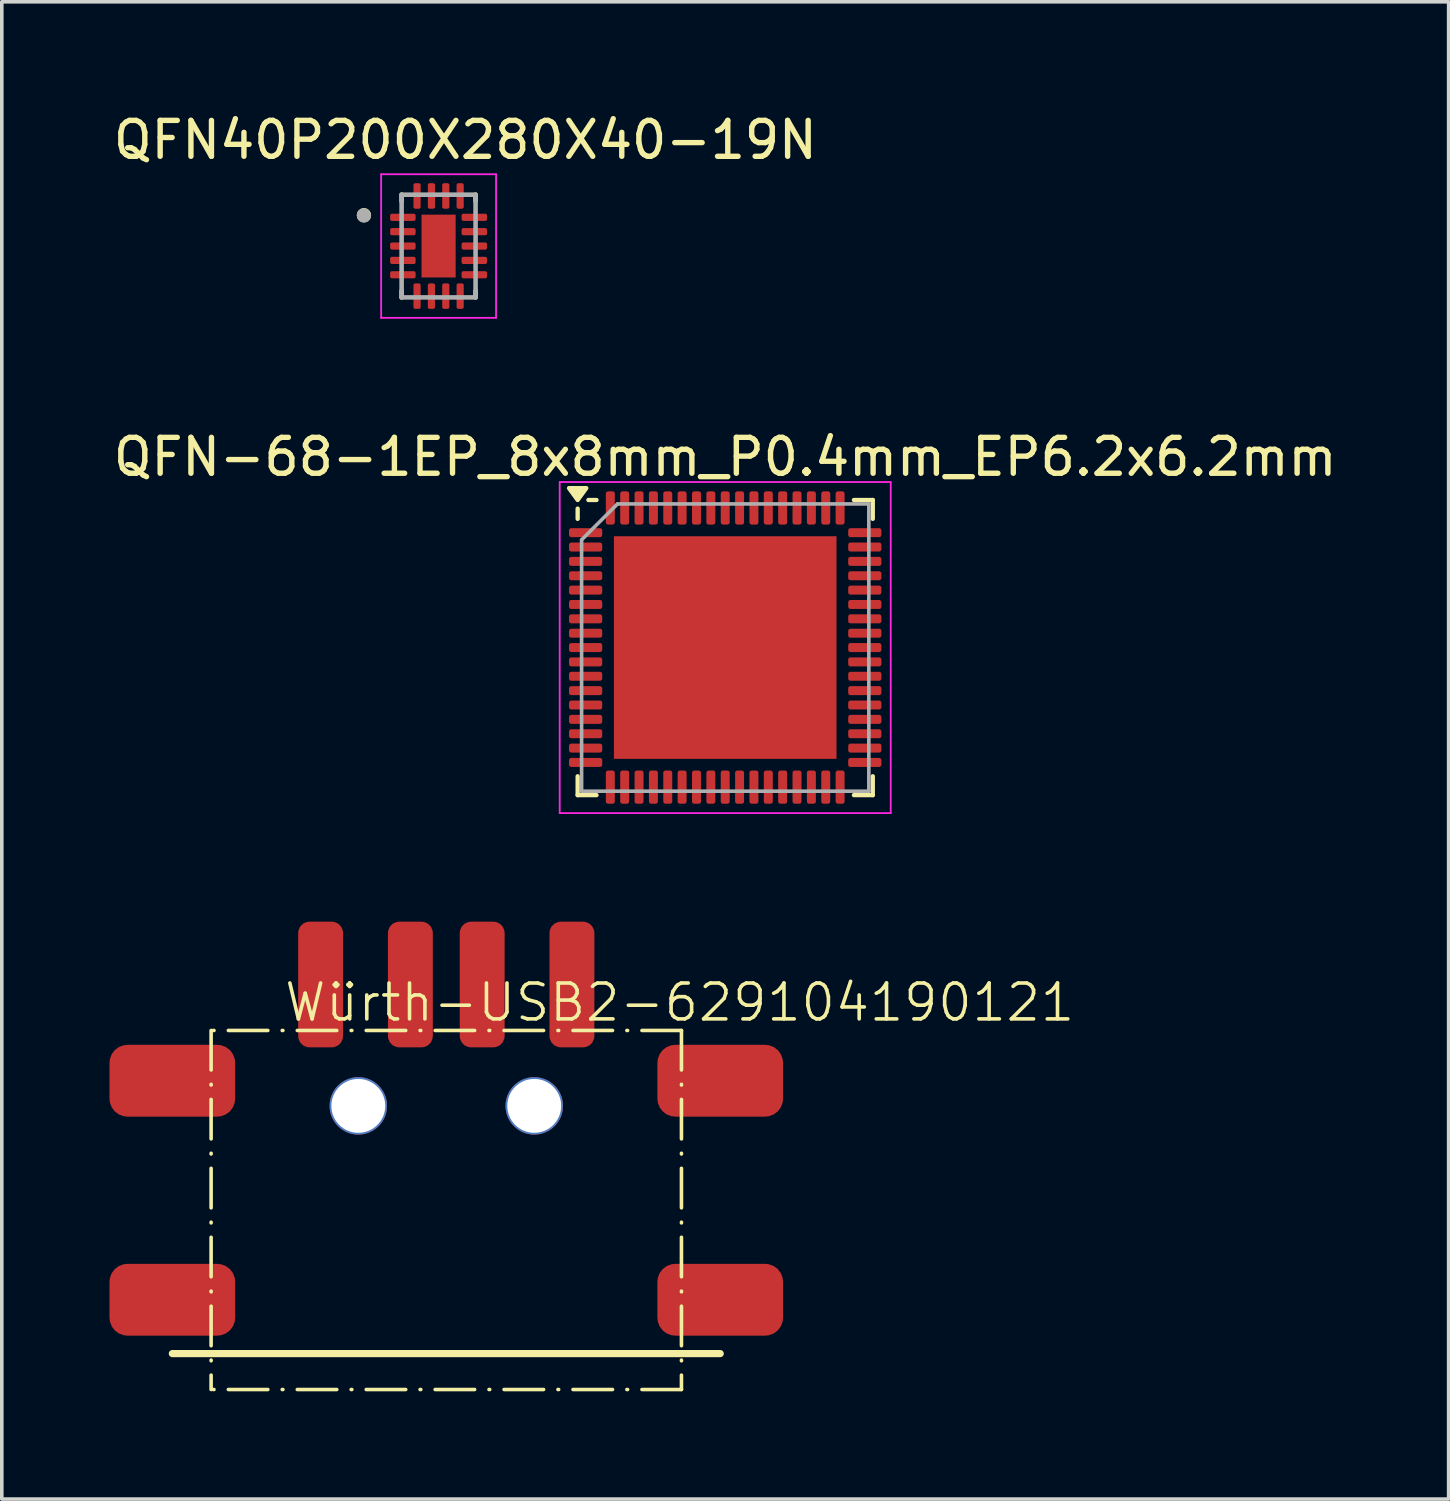
<source format=kicad_pcb>
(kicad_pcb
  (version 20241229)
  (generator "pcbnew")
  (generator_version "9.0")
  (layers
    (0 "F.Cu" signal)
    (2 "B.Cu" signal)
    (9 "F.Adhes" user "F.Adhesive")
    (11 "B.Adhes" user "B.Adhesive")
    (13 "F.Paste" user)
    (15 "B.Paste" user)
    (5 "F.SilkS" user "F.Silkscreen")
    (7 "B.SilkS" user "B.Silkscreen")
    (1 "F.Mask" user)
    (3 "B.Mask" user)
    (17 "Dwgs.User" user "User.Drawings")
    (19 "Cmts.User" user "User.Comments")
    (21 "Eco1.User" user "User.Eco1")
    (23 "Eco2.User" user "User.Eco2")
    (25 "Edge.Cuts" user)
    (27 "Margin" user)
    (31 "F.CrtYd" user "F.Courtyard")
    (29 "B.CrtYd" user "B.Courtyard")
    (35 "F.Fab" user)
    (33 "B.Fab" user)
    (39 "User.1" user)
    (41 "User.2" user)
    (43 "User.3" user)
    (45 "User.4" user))
  (footprint "QFN40P200X280X40-19N"
    (layer "F.Cu")
    (at 9.166 3.803)
    (property "Reference" "QFN40P200X280X40-19N" (at 0.745 -2.955 0) (layer "F.SilkS") (effects (font (size 1 1) (thickness 0.15))))
    (attr smd)
    (fp_line (start -1.03 -1.43) (end -1.03 -1.25) (stroke (width 0.127) (type solid)) (layer "F.SilkS"))
    (fp_line (start -1.03 1.43) (end -1.03 1.25) (stroke (width 0.127) (type solid)) (layer "F.SilkS"))
    (fp_line (start 1.03 -1.43) (end 1.03 -1.25) (stroke (width 0.127) (type solid)) (layer "F.SilkS"))
    (fp_line (start 1.03 1.43) (end 1.03 1.25) (stroke (width 0.127) (type solid)) (layer "F.SilkS"))
    (fp_circle (center -2.08 -0.86) (end -1.98 -0.86) (stroke (width 0.2) (type solid)) (fill no) (layer "F.SilkS"))
    (fp_poly (pts (xy -0.3 -0.66) (xy 0.3 -0.66) (xy 0.3 -0.06) (xy -0.3 -0.06)) (stroke (width 0.01) (type solid)) (fill yes) (layer "F.Paste"))
    (fp_poly (pts (xy -0.3 0.06) (xy 0.3 0.06) (xy 0.3 0.66) (xy -0.3 0.66)) (stroke (width 0.01) (type solid)) (fill yes) (layer "F.Paste"))
    (fp_line (start -1.6 -2) (end -1.6 2) (stroke (width 0.05) (type solid)) (layer "F.CrtYd"))
    (fp_line (start -1.6 2) (end 1.6 2) (stroke (width 0.05) (type solid)) (layer "F.CrtYd"))
    (fp_line (start 1.6 -2) (end -1.6 -2) (stroke (width 0.05) (type solid)) (layer "F.CrtYd"))
    (fp_line (start 1.6 2) (end 1.6 -2) (stroke (width 0.05) (type solid)) (layer "F.CrtYd"))
    (fp_line (start -1.03 -1.43) (end -1.03 1.43) (stroke (width 0.127) (type solid)) (layer "F.Fab"))
    (fp_line (start -1.03 1.43) (end 1.03 1.43) (stroke (width 0.127) (type solid)) (layer "F.Fab"))
    (fp_line (start 1.03 -1.43) (end -1.03 -1.43) (stroke (width 0.127) (type solid)) (layer "F.Fab"))
    (fp_line (start 1.03 1.43) (end 1.03 -1.43) (stroke (width 0.127) (type solid)) (layer "F.Fab"))
    (fp_circle (center -2.08 -0.85) (end -1.98 -0.85) (stroke (width 0.2) (type solid)) (fill no) (layer "F.Fab"))
    (pad "1" smd roundrect (at -0.995 -0.8) (size 0.71 0.2) (layers "F.Cu" "F.Mask" "F.Paste") (roundrect_rratio 0.25))
    (pad "2" smd roundrect (at -0.995 -0.4) (size 0.71 0.2) (layers "F.Cu" "F.Mask" "F.Paste") (roundrect_rratio 0.25))
    (pad "3" smd roundrect (at -0.995 0) (size 0.71 0.2) (layers "F.Cu" "F.Mask" "F.Paste") (roundrect_rratio 0.25))
    (pad "4" smd roundrect (at -0.995 0.4) (size 0.71 0.2) (layers "F.Cu" "F.Mask" "F.Paste") (roundrect_rratio 0.25))
    (pad "5" smd roundrect (at -0.995 0.8) (size 0.71 0.2) (layers "F.Cu" "F.Mask" "F.Paste") (roundrect_rratio 0.25))
    (pad "6" smd roundrect (at -0.6 1.395) (size 0.2 0.71) (layers "F.Cu" "F.Mask" "F.Paste") (roundrect_rratio 0.25))
    (pad "7" smd roundrect (at -0.2 1.395) (size 0.2 0.71) (layers "F.Cu" "F.Mask" "F.Paste") (roundrect_rratio 0.25))
    (pad "8" smd roundrect (at 0.2 1.395) (size 0.2 0.71) (layers "F.Cu" "F.Mask" "F.Paste") (roundrect_rratio 0.25))
    (pad "9" smd roundrect (at 0.6 1.395) (size 0.2 0.71) (layers "F.Cu" "F.Mask" "F.Paste") (roundrect_rratio 0.25))
    (pad "10" smd roundrect (at 0.995 0.8) (size 0.71 0.2) (layers "F.Cu" "F.Mask" "F.Paste") (roundrect_rratio 0.25))
    (pad "11" smd roundrect (at 0.995 0.4) (size 0.71 0.2) (layers "F.Cu" "F.Mask" "F.Paste") (roundrect_rratio 0.25))
    (pad "12" smd roundrect (at 0.995 0) (size 0.71 0.2) (layers "F.Cu" "F.Mask" "F.Paste") (roundrect_rratio 0.25))
    (pad "13" smd roundrect (at 0.995 -0.4) (size 0.71 0.2) (layers "F.Cu" "F.Mask" "F.Paste") (roundrect_rratio 0.25))
    (pad "14" smd roundrect (at 0.995 -0.8) (size 0.71 0.2) (layers "F.Cu" "F.Mask" "F.Paste") (roundrect_rratio 0.25))
    (pad "15" smd roundrect (at 0.6 -1.395) (size 0.2 0.71) (layers "F.Cu" "F.Mask" "F.Paste") (roundrect_rratio 0.25))
    (pad "16" smd roundrect (at 0.2 -1.395) (size 0.2 0.71) (layers "F.Cu" "F.Mask" "F.Paste") (roundrect_rratio 0.25))
    (pad "17" smd roundrect (at -0.2 -1.395) (size 0.2 0.71) (layers "F.Cu" "F.Mask" "F.Paste") (roundrect_rratio 0.25))
    (pad "18" smd roundrect (at -0.6 -1.395) (size 0.2 0.71) (layers "F.Cu" "F.Mask" "F.Paste") (roundrect_rratio 0.25))
    (pad "19" smd rect (at 0 0) (size 0.95 1.75) (layers "F.Cu" "F.Mask")))
  (footprint "Würth-USB2-629104190121"
    (layer "F.Cu")
    (at 9.38 26.651)
    (property "Reference" "Würth-USB2-629104190121" (at 6.5 -1.78 0) (unlocked yes) (layer "F.SilkS") (effects (font (size 1 1) (thickness 0.1))))
    (attr smd)
    (fp_line (start -7.63 8) (end 7.63 8) (stroke (width 0.2) (type solid)) (layer "F.SilkS"))
    (fp_line (start -6.55 -1) (end -6.55 9) (stroke (width 0.1) (type dash_dot)) (layer "F.SilkS"))
    (fp_line (start 6.55 -1) (end -6.55 -1) (stroke (width 0.1) (type dash_dot)) (layer "F.SilkS"))
    (fp_line (start 6.55 -1) (end 6.55 9) (stroke (width 0.1) (type dash_dot)) (layer "F.SilkS"))
    (fp_line (start 6.55 9) (end -6.55 9) (stroke (width 0.1) (type dash_dot)) (layer "F.SilkS"))
    (pad "" np_thru_hole circle (at -2.45 1.1) (size 1.6 1.6) (drill 1.5) (layers "*.Cu" "*.Mask"))
    (pad "" np_thru_hole circle (at 2.45 1.1) (size 1.6 1.6) (drill 1.5) (layers "*.Cu" "*.Mask"))
    (pad "1" smd roundrect (at -3.5 -2.28) (size 1.25 3.5) (layers "F.Cu" "F.Mask" "F.Paste") (roundrect_rratio 0.25))
    (pad "2" smd roundrect (at -1 -2.28) (size 1.25 3.5) (layers "F.Cu" "F.Mask" "F.Paste") (roundrect_rratio 0.25))
    (pad "3" smd roundrect (at 1 -2.28) (size 1.25 3.5) (layers "F.Cu" "F.Mask" "F.Paste") (roundrect_rratio 0.25))
    (pad "4" smd roundrect (at 3.5 -2.28) (size 1.25 3.5) (layers "F.Cu" "F.Mask" "F.Paste") (roundrect_rratio 0.25))
    (pad "5" smd roundrect (at -7.63 0.4) (size 3.5 2) (layers "F.Cu" "F.Mask" "F.Paste") (roundrect_rratio 0.25))
    (pad "5" smd roundrect (at -7.63 6.5) (size 3.5 2) (layers "F.Cu" "F.Mask" "F.Paste") (roundrect_rratio 0.25))
    (pad "5" smd roundrect (at 7.63 0.4) (size 3.5 2) (layers "F.Cu" "F.Mask" "F.Paste") (roundrect_rratio 0.25))
    (pad "5" smd roundrect (at 7.63 6.5) (size 3.5 2) (layers "F.Cu" "F.Mask" "F.Paste") (roundrect_rratio 0.25)))
  (footprint "QFN-68-1EP_8x8mm_P0.4mm_EP6.2x6.2mm"
    (layer "F.Cu")
    (at 17.149 14.986)
    (property "Reference" "QFN-68-1EP_8x8mm_P0.4mm_EP6.2x6.2mm" (at 0 -5.31 0) (layer "F.SilkS") (effects (font (size 1 1) (thickness 0.15))))
    (attr smd)
    (fp_line (start -4.11 -3.585) (end -4.11 -3.87) (stroke (width 0.12) (type solid)) (layer "F.SilkS"))
    (fp_line (start -4.11 4.11) (end -4.11 3.585) (stroke (width 0.12) (type solid)) (layer "F.SilkS"))
    (fp_line (start -3.585 -4.11) (end -3.81 -4.11) (stroke (width 0.12) (type solid)) (layer "F.SilkS"))
    (fp_line (start -3.585 4.11) (end -4.11 4.11) (stroke (width 0.12) (type solid)) (layer "F.SilkS"))
    (fp_line (start 3.585 -4.11) (end 4.11 -4.11) (stroke (width 0.12) (type solid)) (layer "F.SilkS"))
    (fp_line (start 3.585 4.11) (end 4.11 4.11) (stroke (width 0.12) (type solid)) (layer "F.SilkS"))
    (fp_line (start 4.11 -4.11) (end 4.11 -3.585) (stroke (width 0.12) (type solid)) (layer "F.SilkS"))
    (fp_line (start 4.11 4.11) (end 4.11 3.585) (stroke (width 0.12) (type solid)) (layer "F.SilkS"))
    (fp_poly (pts (xy -4.11 -4.11) (xy -4.35 -4.44) (xy -3.87 -4.44) (xy -4.11 -4.11)) (stroke (width 0.12) (type solid)) (fill yes) (layer "F.SilkS"))
    (fp_line (start -4.61 -4.61) (end -4.61 4.61) (stroke (width 0.05) (type solid)) (layer "F.CrtYd"))
    (fp_line (start -4.61 4.61) (end 4.61 4.61) (stroke (width 0.05) (type solid)) (layer "F.CrtYd"))
    (fp_line (start 4.61 -4.61) (end -4.61 -4.61) (stroke (width 0.05) (type solid)) (layer "F.CrtYd"))
    (fp_line (start 4.61 4.61) (end 4.61 -4.61) (stroke (width 0.05) (type solid)) (layer "F.CrtYd"))
    (fp_line (start -4 -3) (end -3 -4) (stroke (width 0.1) (type solid)) (layer "F.Fab"))
    (fp_line (start -4 4) (end -4 -3) (stroke (width 0.1) (type solid)) (layer "F.Fab"))
    (fp_line (start -3 -4) (end 4 -4) (stroke (width 0.1) (type solid)) (layer "F.Fab"))
    (fp_line (start 4 -4) (end 4 4) (stroke (width 0.1) (type solid)) (layer "F.Fab"))
    (fp_line (start 4 4) (end -4 4) (stroke (width 0.1) (type solid)) (layer "F.Fab"))
    (pad "" smd roundrect (at -2.4 -2.4) (size 1.29 1.29) (layers "F.Paste") (roundrect_rratio 0.194))
    (pad "" smd roundrect (at -2.4 -0.8) (size 1.29 1.29) (layers "F.Paste") (roundrect_rratio 0.194))
    (pad "" smd roundrect (at -2.4 0.8) (size 1.29 1.29) (layers "F.Paste") (roundrect_rratio 0.194))
    (pad "" smd roundrect (at -2.4 2.4) (size 1.29 1.29) (layers "F.Paste") (roundrect_rratio 0.194))
    (pad "" smd roundrect (at -0.8 -2.4) (size 1.29 1.29) (layers "F.Paste") (roundrect_rratio 0.194))
    (pad "" smd roundrect (at -0.8 -0.8) (size 1.29 1.29) (layers "F.Paste") (roundrect_rratio 0.194))
    (pad "" smd roundrect (at -0.8 0.8) (size 1.29 1.29) (layers "F.Paste") (roundrect_rratio 0.194))
    (pad "" smd roundrect (at -0.8 2.4) (size 1.29 1.29) (layers "F.Paste") (roundrect_rratio 0.194))
    (pad "" smd roundrect (at 0.8 -2.4) (size 1.29 1.29) (layers "F.Paste") (roundrect_rratio 0.194))
    (pad "" smd roundrect (at 0.8 -0.8) (size 1.29 1.29) (layers "F.Paste") (roundrect_rratio 0.194))
    (pad "" smd roundrect (at 0.8 0.8) (size 1.29 1.29) (layers "F.Paste") (roundrect_rratio 0.194))
    (pad "" smd roundrect (at 0.8 2.4) (size 1.29 1.29) (layers "F.Paste") (roundrect_rratio 0.194))
    (pad "" smd roundrect (at 2.4 -2.4) (size 1.29 1.29) (layers "F.Paste") (roundrect_rratio 0.194))
    (pad "" smd roundrect (at 2.4 -0.8) (size 1.29 1.29) (layers "F.Paste") (roundrect_rratio 0.194))
    (pad "" smd roundrect (at 2.4 0.8) (size 1.29 1.29) (layers "F.Paste") (roundrect_rratio 0.194))
    (pad "" smd roundrect (at 2.4 2.4) (size 1.29 1.29) (layers "F.Paste") (roundrect_rratio 0.194))
    (pad "1" smd roundrect (at -3.888 -3.2) (size 0.925 0.25) (layers "F.Cu" "F.Mask" "F.Paste") (roundrect_rratio 0.25))
    (pad "2" smd roundrect (at -3.888 -2.8) (size 0.925 0.25) (layers "F.Cu" "F.Mask" "F.Paste") (roundrect_rratio 0.25))
    (pad "3" smd roundrect (at -3.888 -2.4) (size 0.925 0.25) (layers "F.Cu" "F.Mask" "F.Paste") (roundrect_rratio 0.25))
    (pad "4" smd roundrect (at -3.888 -2) (size 0.925 0.25) (layers "F.Cu" "F.Mask" "F.Paste") (roundrect_rratio 0.25))
    (pad "5" smd roundrect (at -3.888 -1.6) (size 0.925 0.25) (layers "F.Cu" "F.Mask" "F.Paste") (roundrect_rratio 0.25))
    (pad "6" smd roundrect (at -3.888 -1.2) (size 0.925 0.25) (layers "F.Cu" "F.Mask" "F.Paste") (roundrect_rratio 0.25))
    (pad "7" smd roundrect (at -3.888 -0.8) (size 0.925 0.25) (layers "F.Cu" "F.Mask" "F.Paste") (roundrect_rratio 0.25))
    (pad "8" smd roundrect (at -3.888 -0.4) (size 0.925 0.25) (layers "F.Cu" "F.Mask" "F.Paste") (roundrect_rratio 0.25))
    (pad "9" smd roundrect (at -3.888 0) (size 0.925 0.25) (layers "F.Cu" "F.Mask" "F.Paste") (roundrect_rratio 0.25))
    (pad "10" smd roundrect (at -3.888 0.4) (size 0.925 0.25) (layers "F.Cu" "F.Mask" "F.Paste") (roundrect_rratio 0.25))
    (pad "11" smd roundrect (at -3.888 0.8) (size 0.925 0.25) (layers "F.Cu" "F.Mask" "F.Paste") (roundrect_rratio 0.25))
    (pad "12" smd roundrect (at -3.888 1.2) (size 0.925 0.25) (layers "F.Cu" "F.Mask" "F.Paste") (roundrect_rratio 0.25))
    (pad "13" smd roundrect (at -3.888 1.6) (size 0.925 0.25) (layers "F.Cu" "F.Mask" "F.Paste") (roundrect_rratio 0.25))
    (pad "14" smd roundrect (at -3.888 2) (size 0.925 0.25) (layers "F.Cu" "F.Mask" "F.Paste") (roundrect_rratio 0.25))
    (pad "15" smd roundrect (at -3.888 2.4) (size 0.925 0.25) (layers "F.Cu" "F.Mask" "F.Paste") (roundrect_rratio 0.25))
    (pad "16" smd roundrect (at -3.888 2.8) (size 0.925 0.25) (layers "F.Cu" "F.Mask" "F.Paste") (roundrect_rratio 0.25))
    (pad "17" smd roundrect (at -3.888 3.2) (size 0.925 0.25) (layers "F.Cu" "F.Mask" "F.Paste") (roundrect_rratio 0.25))
    (pad "18" smd roundrect (at -3.2 3.888) (size 0.25 0.925) (layers "F.Cu" "F.Mask" "F.Paste") (roundrect_rratio 0.25))
    (pad "19" smd roundrect (at -2.8 3.888) (size 0.25 0.925) (layers "F.Cu" "F.Mask" "F.Paste") (roundrect_rratio 0.25))
    (pad "20" smd roundrect (at -2.4 3.888) (size 0.25 0.925) (layers "F.Cu" "F.Mask" "F.Paste") (roundrect_rratio 0.25))
    (pad "21" smd roundrect (at -2 3.888) (size 0.25 0.925) (layers "F.Cu" "F.Mask" "F.Paste") (roundrect_rratio 0.25))
    (pad "22" smd roundrect (at -1.6 3.888) (size 0.25 0.925) (layers "F.Cu" "F.Mask" "F.Paste") (roundrect_rratio 0.25))
    (pad "23" smd roundrect (at -1.2 3.888) (size 0.25 0.925) (layers "F.Cu" "F.Mask" "F.Paste") (roundrect_rratio 0.25))
    (pad "24" smd roundrect (at -0.8 3.888) (size 0.25 0.925) (layers "F.Cu" "F.Mask" "F.Paste") (roundrect_rratio 0.25))
    (pad "25" smd roundrect (at -0.4 3.888) (size 0.25 0.925) (layers "F.Cu" "F.Mask" "F.Paste") (roundrect_rratio 0.25))
    (pad "26" smd roundrect (at 0 3.888) (size 0.25 0.925) (layers "F.Cu" "F.Mask" "F.Paste") (roundrect_rratio 0.25))
    (pad "27" smd roundrect (at 0.4 3.888) (size 0.25 0.925) (layers "F.Cu" "F.Mask" "F.Paste") (roundrect_rratio 0.25))
    (pad "28" smd roundrect (at 0.8 3.888) (size 0.25 0.925) (layers "F.Cu" "F.Mask" "F.Paste") (roundrect_rratio 0.25))
    (pad "29" smd roundrect (at 1.2 3.888) (size 0.25 0.925) (layers "F.Cu" "F.Mask" "F.Paste") (roundrect_rratio 0.25))
    (pad "30" smd roundrect (at 1.6 3.888) (size 0.25 0.925) (layers "F.Cu" "F.Mask" "F.Paste") (roundrect_rratio 0.25))
    (pad "31" smd roundrect (at 2 3.888) (size 0.25 0.925) (layers "F.Cu" "F.Mask" "F.Paste") (roundrect_rratio 0.25))
    (pad "32" smd roundrect (at 2.4 3.888) (size 0.25 0.925) (layers "F.Cu" "F.Mask" "F.Paste") (roundrect_rratio 0.25))
    (pad "33" smd roundrect (at 2.8 3.888) (size 0.25 0.925) (layers "F.Cu" "F.Mask" "F.Paste") (roundrect_rratio 0.25))
    (pad "34" smd roundrect (at 3.2 3.888) (size 0.25 0.925) (layers "F.Cu" "F.Mask" "F.Paste") (roundrect_rratio 0.25))
    (pad "35" smd roundrect (at 3.888 3.2) (size 0.925 0.25) (layers "F.Cu" "F.Mask" "F.Paste") (roundrect_rratio 0.25))
    (pad "36" smd roundrect (at 3.888 2.8) (size 0.925 0.25) (layers "F.Cu" "F.Mask" "F.Paste") (roundrect_rratio 0.25))
    (pad "37" smd roundrect (at 3.888 2.4) (size 0.925 0.25) (layers "F.Cu" "F.Mask" "F.Paste") (roundrect_rratio 0.25))
    (pad "38" smd roundrect (at 3.888 2) (size 0.925 0.25) (layers "F.Cu" "F.Mask" "F.Paste") (roundrect_rratio 0.25))
    (pad "39" smd roundrect (at 3.888 1.6) (size 0.925 0.25) (layers "F.Cu" "F.Mask" "F.Paste") (roundrect_rratio 0.25))
    (pad "40" smd roundrect (at 3.888 1.2) (size 0.925 0.25) (layers "F.Cu" "F.Mask" "F.Paste") (roundrect_rratio 0.25))
    (pad "41" smd roundrect (at 3.888 0.8) (size 0.925 0.25) (layers "F.Cu" "F.Mask" "F.Paste") (roundrect_rratio 0.25))
    (pad "42" smd roundrect (at 3.888 0.4) (size 0.925 0.25) (layers "F.Cu" "F.Mask" "F.Paste") (roundrect_rratio 0.25))
    (pad "43" smd roundrect (at 3.888 0) (size 0.925 0.25) (layers "F.Cu" "F.Mask" "F.Paste") (roundrect_rratio 0.25))
    (pad "44" smd roundrect (at 3.888 -0.4) (size 0.925 0.25) (layers "F.Cu" "F.Mask" "F.Paste") (roundrect_rratio 0.25))
    (pad "45" smd roundrect (at 3.888 -0.8) (size 0.925 0.25) (layers "F.Cu" "F.Mask" "F.Paste") (roundrect_rratio 0.25))
    (pad "46" smd roundrect (at 3.888 -1.2) (size 0.925 0.25) (layers "F.Cu" "F.Mask" "F.Paste") (roundrect_rratio 0.25))
    (pad "47" smd roundrect (at 3.888 -1.6) (size 0.925 0.25) (layers "F.Cu" "F.Mask" "F.Paste") (roundrect_rratio 0.25))
    (pad "48" smd roundrect (at 3.888 -2) (size 0.925 0.25) (layers "F.Cu" "F.Mask" "F.Paste") (roundrect_rratio 0.25))
    (pad "49" smd roundrect (at 3.888 -2.4) (size 0.925 0.25) (layers "F.Cu" "F.Mask" "F.Paste") (roundrect_rratio 0.25))
    (pad "50" smd roundrect (at 3.888 -2.8) (size 0.925 0.25) (layers "F.Cu" "F.Mask" "F.Paste") (roundrect_rratio 0.25))
    (pad "51" smd roundrect (at 3.888 -3.2) (size 0.925 0.25) (layers "F.Cu" "F.Mask" "F.Paste") (roundrect_rratio 0.25))
    (pad "52" smd roundrect (at 3.2 -3.888) (size 0.25 0.925) (layers "F.Cu" "F.Mask" "F.Paste") (roundrect_rratio 0.25))
    (pad "53" smd roundrect (at 2.8 -3.888) (size 0.25 0.925) (layers "F.Cu" "F.Mask" "F.Paste") (roundrect_rratio 0.25))
    (pad "54" smd roundrect (at 2.4 -3.888) (size 0.25 0.925) (layers "F.Cu" "F.Mask" "F.Paste") (roundrect_rratio 0.25))
    (pad "55" smd roundrect (at 2 -3.888) (size 0.25 0.925) (layers "F.Cu" "F.Mask" "F.Paste") (roundrect_rratio 0.25))
    (pad "56" smd roundrect (at 1.6 -3.888) (size 0.25 0.925) (layers "F.Cu" "F.Mask" "F.Paste") (roundrect_rratio 0.25))
    (pad "57" smd roundrect (at 1.2 -3.888) (size 0.25 0.925) (layers "F.Cu" "F.Mask" "F.Paste") (roundrect_rratio 0.25))
    (pad "58" smd roundrect (at 0.8 -3.888) (size 0.25 0.925) (layers "F.Cu" "F.Mask" "F.Paste") (roundrect_rratio 0.25))
    (pad "59" smd roundrect (at 0.4 -3.888) (size 0.25 0.925) (layers "F.Cu" "F.Mask" "F.Paste") (roundrect_rratio 0.25))
    (pad "60" smd roundrect (at 0 -3.888) (size 0.25 0.925) (layers "F.Cu" "F.Mask" "F.Paste") (roundrect_rratio 0.25))
    (pad "61" smd roundrect (at -0.4 -3.888) (size 0.25 0.925) (layers "F.Cu" "F.Mask" "F.Paste") (roundrect_rratio 0.25))
    (pad "62" smd roundrect (at -0.8 -3.888) (size 0.25 0.925) (layers "F.Cu" "F.Mask" "F.Paste") (roundrect_rratio 0.25))
    (pad "63" smd roundrect (at -1.2 -3.888) (size 0.25 0.925) (layers "F.Cu" "F.Mask" "F.Paste") (roundrect_rratio 0.25))
    (pad "64" smd roundrect (at -1.6 -3.888) (size 0.25 0.925) (layers "F.Cu" "F.Mask" "F.Paste") (roundrect_rratio 0.25))
    (pad "65" smd roundrect (at -2 -3.888) (size 0.25 0.925) (layers "F.Cu" "F.Mask" "F.Paste") (roundrect_rratio 0.25))
    (pad "66" smd roundrect (at -2.4 -3.888) (size 0.25 0.925) (layers "F.Cu" "F.Mask" "F.Paste") (roundrect_rratio 0.25))
    (pad "67" smd roundrect (at -2.8 -3.888) (size 0.25 0.925) (layers "F.Cu" "F.Mask" "F.Paste") (roundrect_rratio 0.25))
    (pad "68" smd roundrect (at -3.2 -3.888) (size 0.25 0.925) (layers "F.Cu" "F.Mask" "F.Paste") (roundrect_rratio 0.25))
    (pad "69" smd rect (at 0 0) (size 6.2 6.2) (property pad_prop_heatsink) (layers "F.Cu" "F.Mask")))
  (gr_rect
    (start -3 -3)
    (end 37.298 38.702)
    (stroke (width 0.1) (type default))
    (fill no)
    (layer "Edge.Cuts")))
</source>
